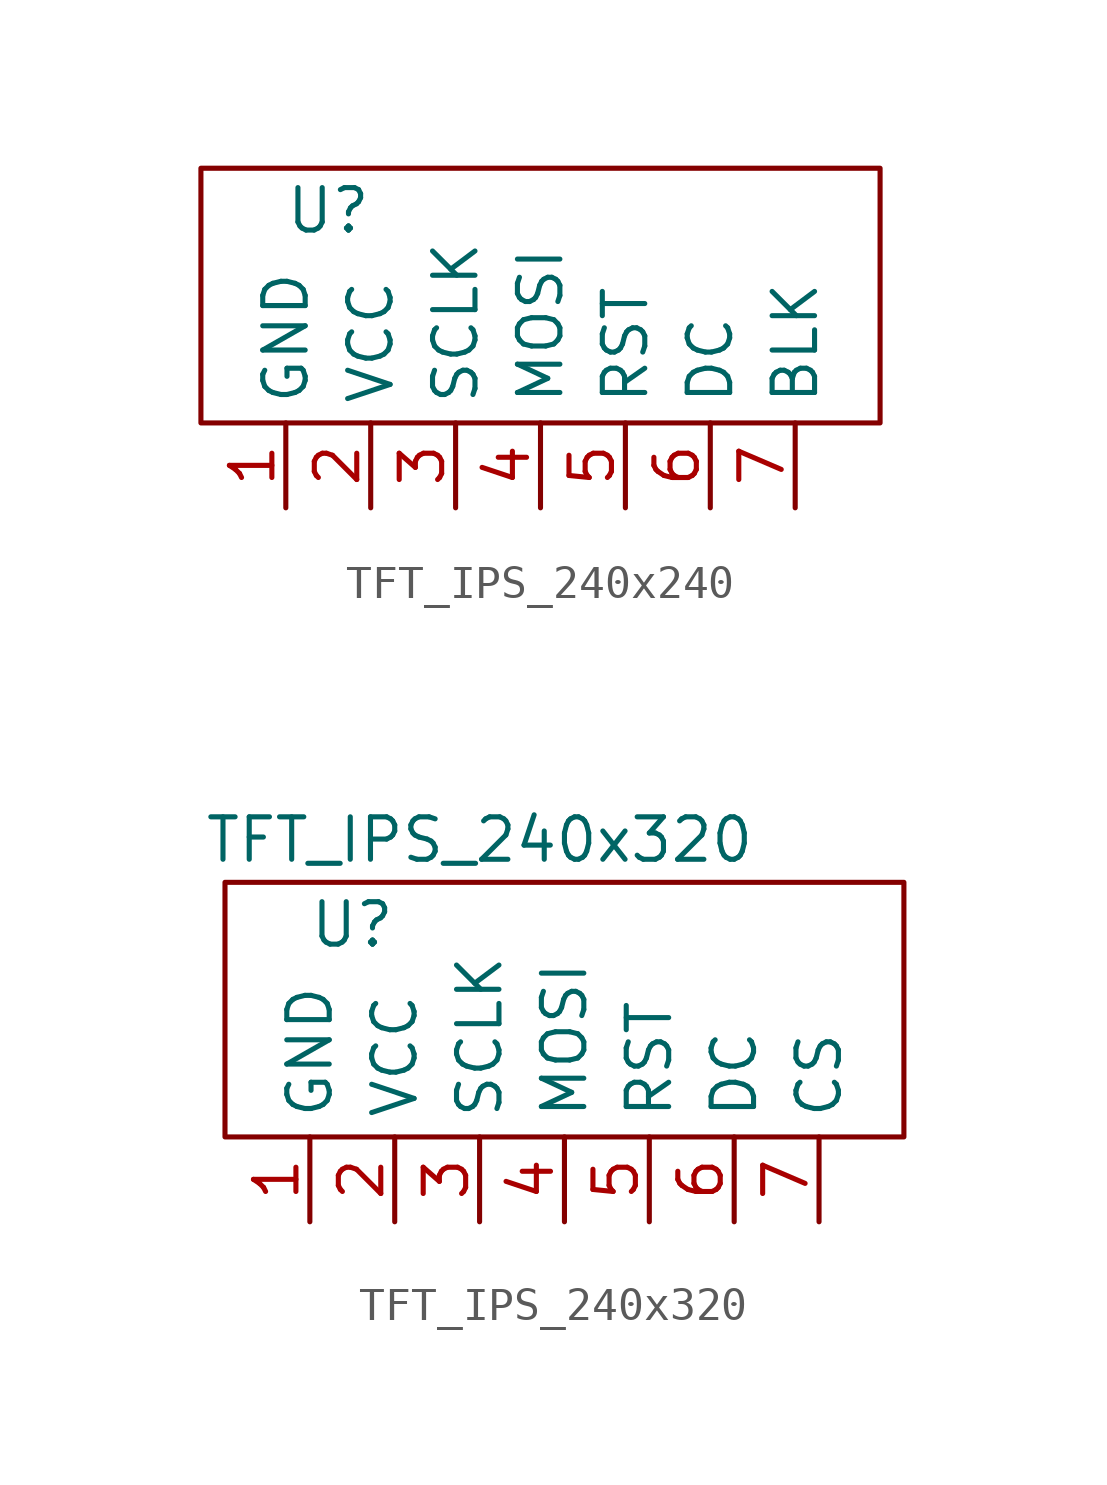
<source format=kicad_sym>
(kicad_symbol_lib
  (version 20220914)
  (generator kicad_symbol_editor)
  (symbol "TFT_IPS_240x240"
    (property "Reference" "U"
      (at 0 3.81 0)
      (effects (font (size 1.27 1.27))))
    (property "Value" ""
      (at 0 0 0)
      (effects (font (size 1.27 1.27))))
    (symbol "TFT_IPS_240x240_0_1"
      (rectangle (start -3.81 5.08) (end 16.51 -2.54) (stroke (width 0) (type default)) (fill (type none))))
    (symbol "TFT_IPS_240x240_1_1"
      (pin power_in line (at -1.27 -5.08 90) (length 2.54) (name "GND" (effects (font (size 1.27 1.27)))) (number "1" (effects (font (size 1.27 1.27)))))
      (pin power_in line (at 1.27 -5.08 90) (length 2.54) (name "VCC" (effects (font (size 1.27 1.27)))) (number "2" (effects (font (size 1.27 1.27)))))
      (pin input line (at 3.81 -5.08 90) (length 2.54) (name "SCLK" (effects (font (size 1.27 1.27)))) (number "3" (effects (font (size 1.27 1.27)))))
      (pin input line (at 6.35 -5.08 90) (length 2.54) (name "MOSI" (effects (font (size 1.27 1.27)))) (number "4" (effects (font (size 1.27 1.27)))))
      (pin input line (at 8.89 -5.08 90) (length 2.54) (name "RST" (effects (font (size 1.27 1.27)))) (number "5" (effects (font (size 1.27 1.27)))))
      (pin input line (at 11.43 -5.08 90) (length 2.54) (name "DC" (effects (font (size 1.27 1.27)))) (number "6" (effects (font (size 1.27 1.27)))))
      (pin input line (at 13.97 -5.08 90) (length 2.54) (name "BLK" (effects (font (size 1.27 1.27)))) (number "7" (effects (font (size 1.27 1.27)))))))
  (symbol "TFT_IPS_240x320"
    (property "Reference" "U"
      (at 0 3.81 0)
      (effects (font (size 1.27 1.27))))
    (property "Value" "TFT_IPS_240x320"
      (at 3.81 6.35 0)
      (effects (font (size 1.27 1.27))))
    (symbol "TFT_IPS_240x320_1_1"
      (rectangle (start -3.81 5.08) (end 16.51 -2.54) (stroke (width 0) (type default)) (fill (type none)))
      (pin power_in line (at -1.27 -5.08 90) (length 2.54) (name "GND" (effects (font (size 1.27 1.27)))) (number "1" (effects (font (size 1.27 1.27)))))
      (pin power_in line (at 1.27 -5.08 90) (length 2.54) (name "VCC" (effects (font (size 1.27 1.27)))) (number "2" (effects (font (size 1.27 1.27)))))
      (pin input line (at 3.81 -5.08 90) (length 2.54) (name "SCLK" (effects (font (size 1.27 1.27)))) (number "3" (effects (font (size 1.27 1.27)))))
      (pin input line (at 6.35 -5.08 90) (length 2.54) (name "MOSI" (effects (font (size 1.27 1.27)))) (number "4" (effects (font (size 1.27 1.27)))))
      (pin input line (at 8.89 -5.08 90) (length 2.54) (name "RST" (effects (font (size 1.27 1.27)))) (number "5" (effects (font (size 1.27 1.27)))))
      (pin input line (at 11.43 -5.08 90) (length 2.54) (name "DC" (effects (font (size 1.27 1.27)))) (number "6" (effects (font (size 1.27 1.27)))))
      (pin input line (at 13.97 -5.08 90) (length 2.54) (name "CS" (effects (font (size 1.27 1.27)))) (number "7" (effects (font (size 1.27 1.27))))))))
</source>
